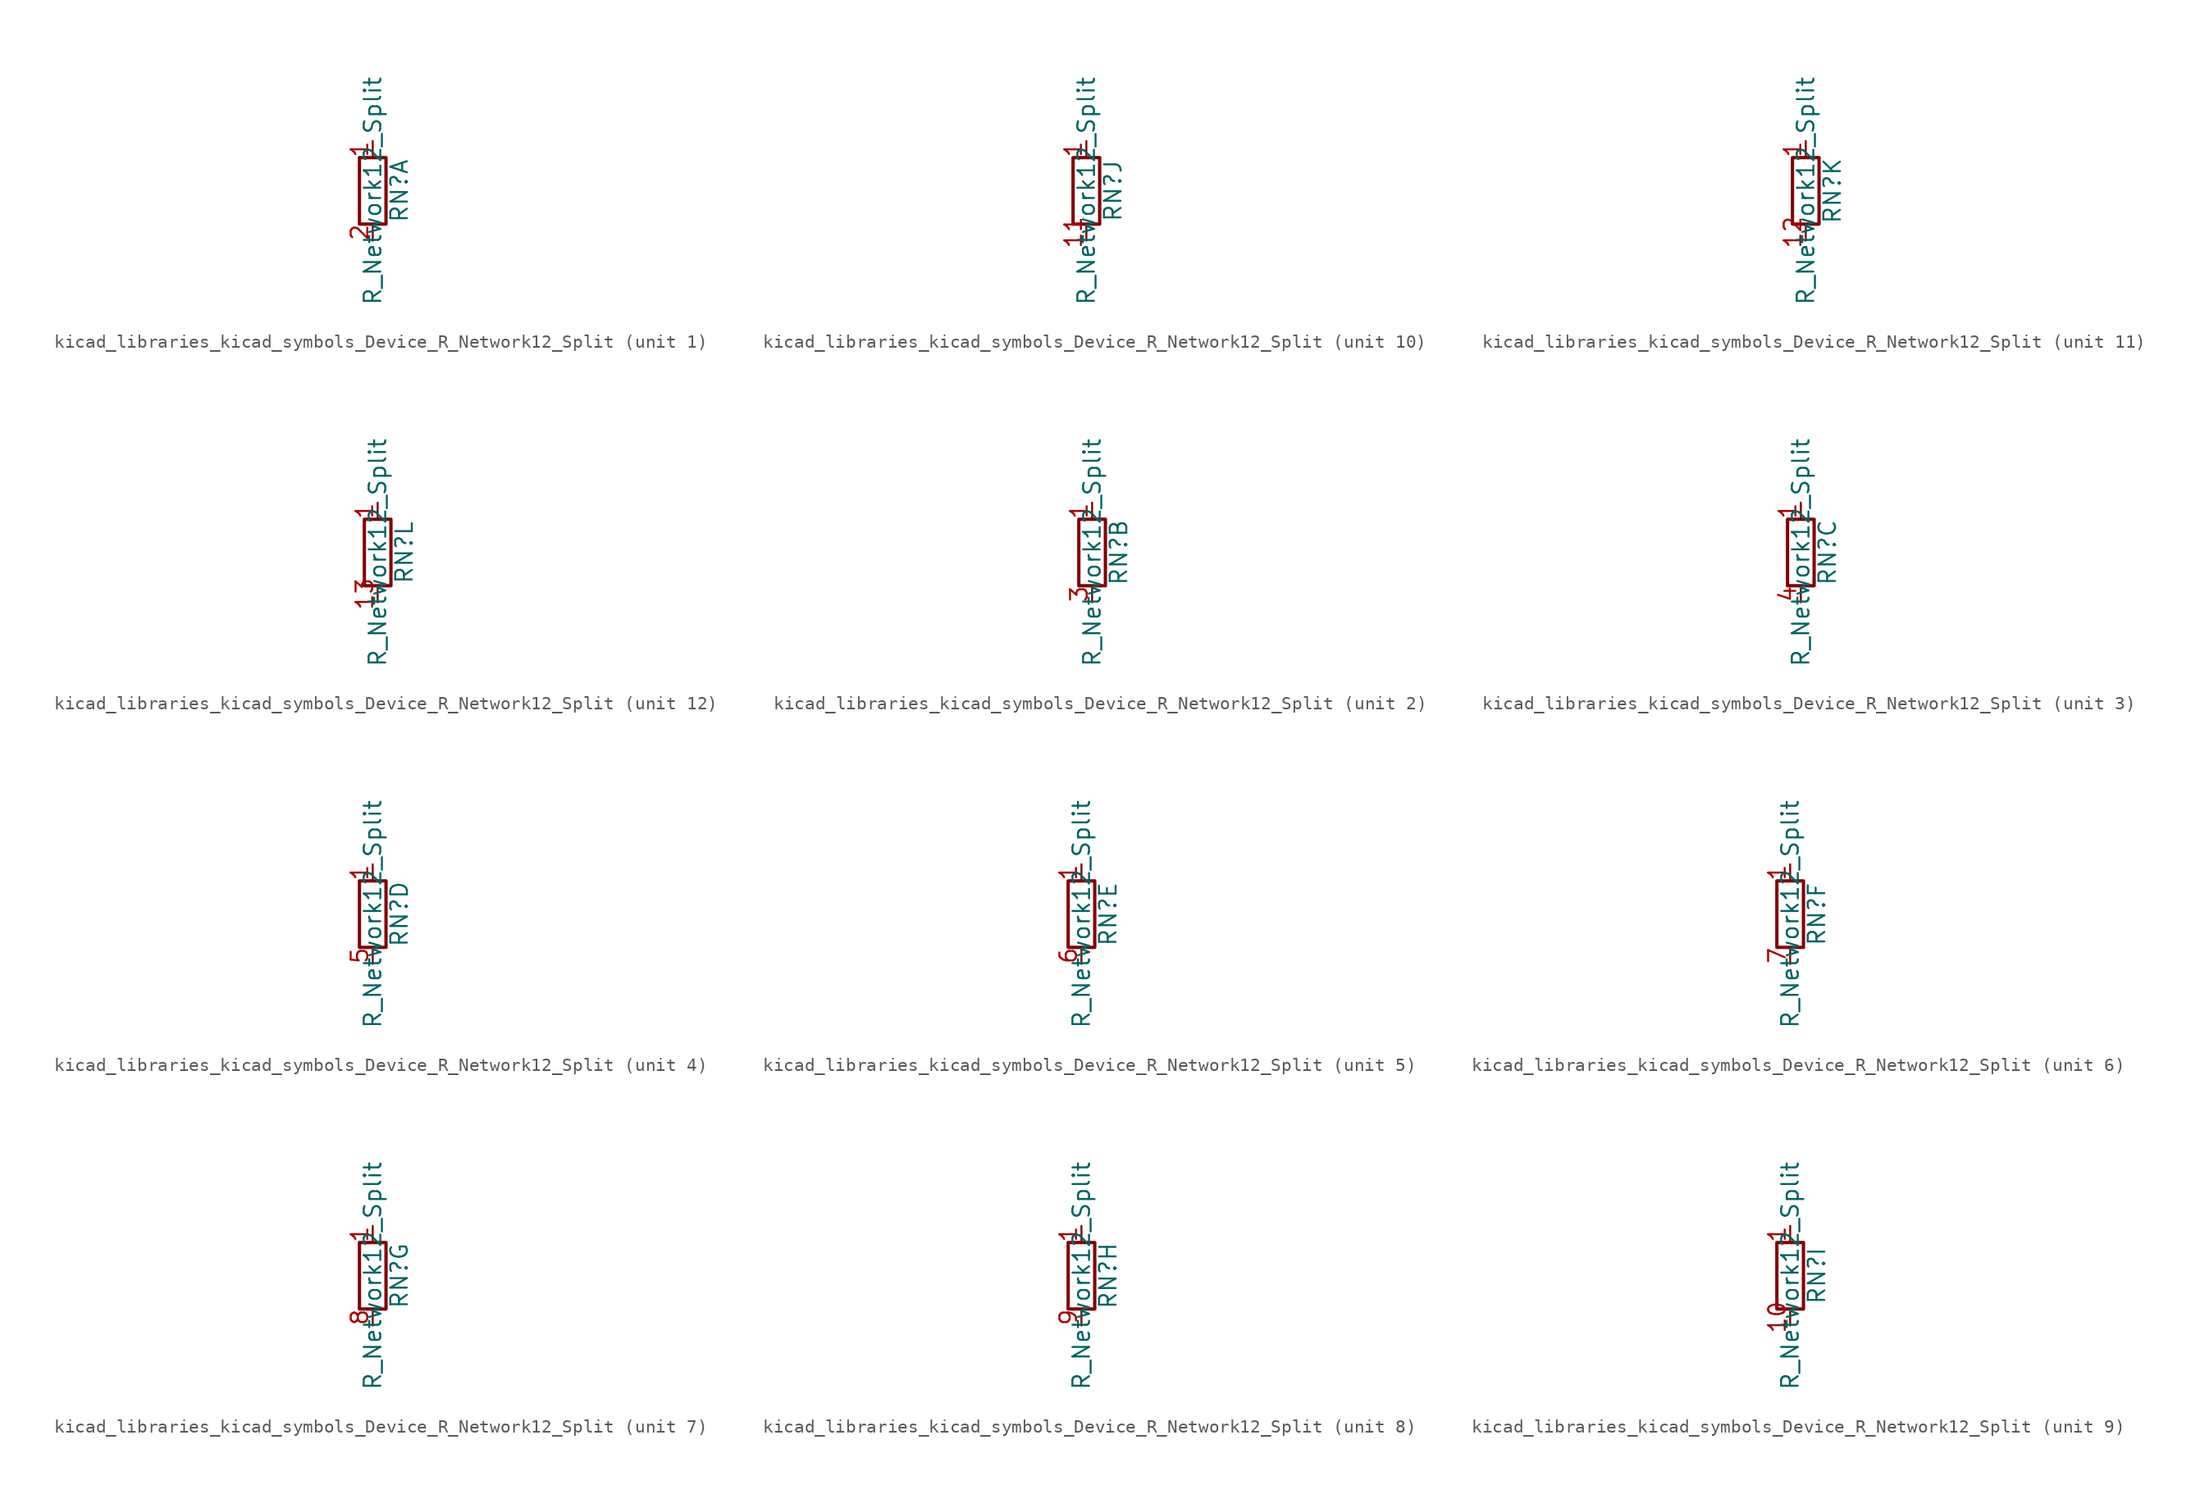
<source format=kicad_sym>
(kicad_symbol_lib
  (version 20220914)
  (generator kicad_symbol_editor)
  (symbol "kicad_libraries_kicad_symbols_Device_R_Network12_Split"
    (pin_names
      (offset 0) hide)
    (property "Reference" "RN"
      (at 2.032 0 90)
      (effects (font (size 1.27 1.27))))
    (property "Value" "R_Network12_Split"
      (at 0 0 90)
      (effects (font (size 1.27 1.27))))
    (symbol "kicad_libraries_kicad_symbols_Device_R_Network12_Split_0_1"
      (rectangle (start 1.016 2.54) (end -1.016 -2.54) (stroke (width 0.254) (type default)) (fill (type none)))
      (pin passive line (at 0 3.81 270) (length 1.27) (name "R1" (effects (font (size 1.27 1.27)))) (number "1" (effects (font (size 1.27 1.27))))))
    (symbol "kicad_libraries_kicad_symbols_Device_R_Network12_Split_1_1"
      (pin passive line (at 0 -3.81 90) (length 1.27) (name "R1.2" (effects (font (size 1.27 1.27)))) (number "2" (effects (font (size 1.27 1.27))))))
    (symbol "kicad_libraries_kicad_symbols_Device_R_Network12_Split_2_1"
      (pin passive line (at 0 -3.81 90) (length 1.27) (name "R2.2" (effects (font (size 1.27 1.27)))) (number "3" (effects (font (size 1.27 1.27))))))
    (symbol "kicad_libraries_kicad_symbols_Device_R_Network12_Split_3_1"
      (pin passive line (at 0 -3.81 90) (length 1.27) (name "R3.2" (effects (font (size 1.27 1.27)))) (number "4" (effects (font (size 1.27 1.27))))))
    (symbol "kicad_libraries_kicad_symbols_Device_R_Network12_Split_4_1"
      (pin passive line (at 0 -3.81 90) (length 1.27) (name "R4.2" (effects (font (size 1.27 1.27)))) (number "5" (effects (font (size 1.27 1.27))))))
    (symbol "kicad_libraries_kicad_symbols_Device_R_Network12_Split_5_1"
      (pin passive line (at 0 -3.81 90) (length 1.27) (name "R5.2" (effects (font (size 1.27 1.27)))) (number "6" (effects (font (size 1.27 1.27))))))
    (symbol "kicad_libraries_kicad_symbols_Device_R_Network12_Split_6_1"
      (pin passive line (at 0 -3.81 90) (length 1.27) (name "R6.2" (effects (font (size 1.27 1.27)))) (number "7" (effects (font (size 1.27 1.27))))))
    (symbol "kicad_libraries_kicad_symbols_Device_R_Network12_Split_7_1"
      (pin passive line (at 0 -3.81 90) (length 1.27) (name "R7.2" (effects (font (size 1.27 1.27)))) (number "8" (effects (font (size 1.27 1.27))))))
    (symbol "kicad_libraries_kicad_symbols_Device_R_Network12_Split_8_1"
      (pin passive line (at 0 -3.81 90) (length 1.27) (name "R8.2" (effects (font (size 1.27 1.27)))) (number "9" (effects (font (size 1.27 1.27))))))
    (symbol "kicad_libraries_kicad_symbols_Device_R_Network12_Split_9_1"
      (pin passive line (at 0 -3.81 90) (length 1.27) (name "R9.2" (effects (font (size 1.27 1.27)))) (number "10" (effects (font (size 1.27 1.27))))))
    (symbol "kicad_libraries_kicad_symbols_Device_R_Network12_Split_10_1"
      (pin passive line (at 0 -3.81 90) (length 1.27) (name "R10.2" (effects (font (size 1.27 1.27)))) (number "11" (effects (font (size 1.27 1.27))))))
    (symbol "kicad_libraries_kicad_symbols_Device_R_Network12_Split_11_1"
      (pin passive line (at 0 -3.81 90) (length 1.27) (name "R11.2" (effects (font (size 1.27 1.27)))) (number "12" (effects (font (size 1.27 1.27))))))
    (symbol "kicad_libraries_kicad_symbols_Device_R_Network12_Split_12_1"
      (pin passive line (at 0 -3.81 90) (length 1.27) (name "R12.2" (effects (font (size 1.27 1.27)))) (number "13" (effects (font (size 1.27 1.27))))))))
</source>
